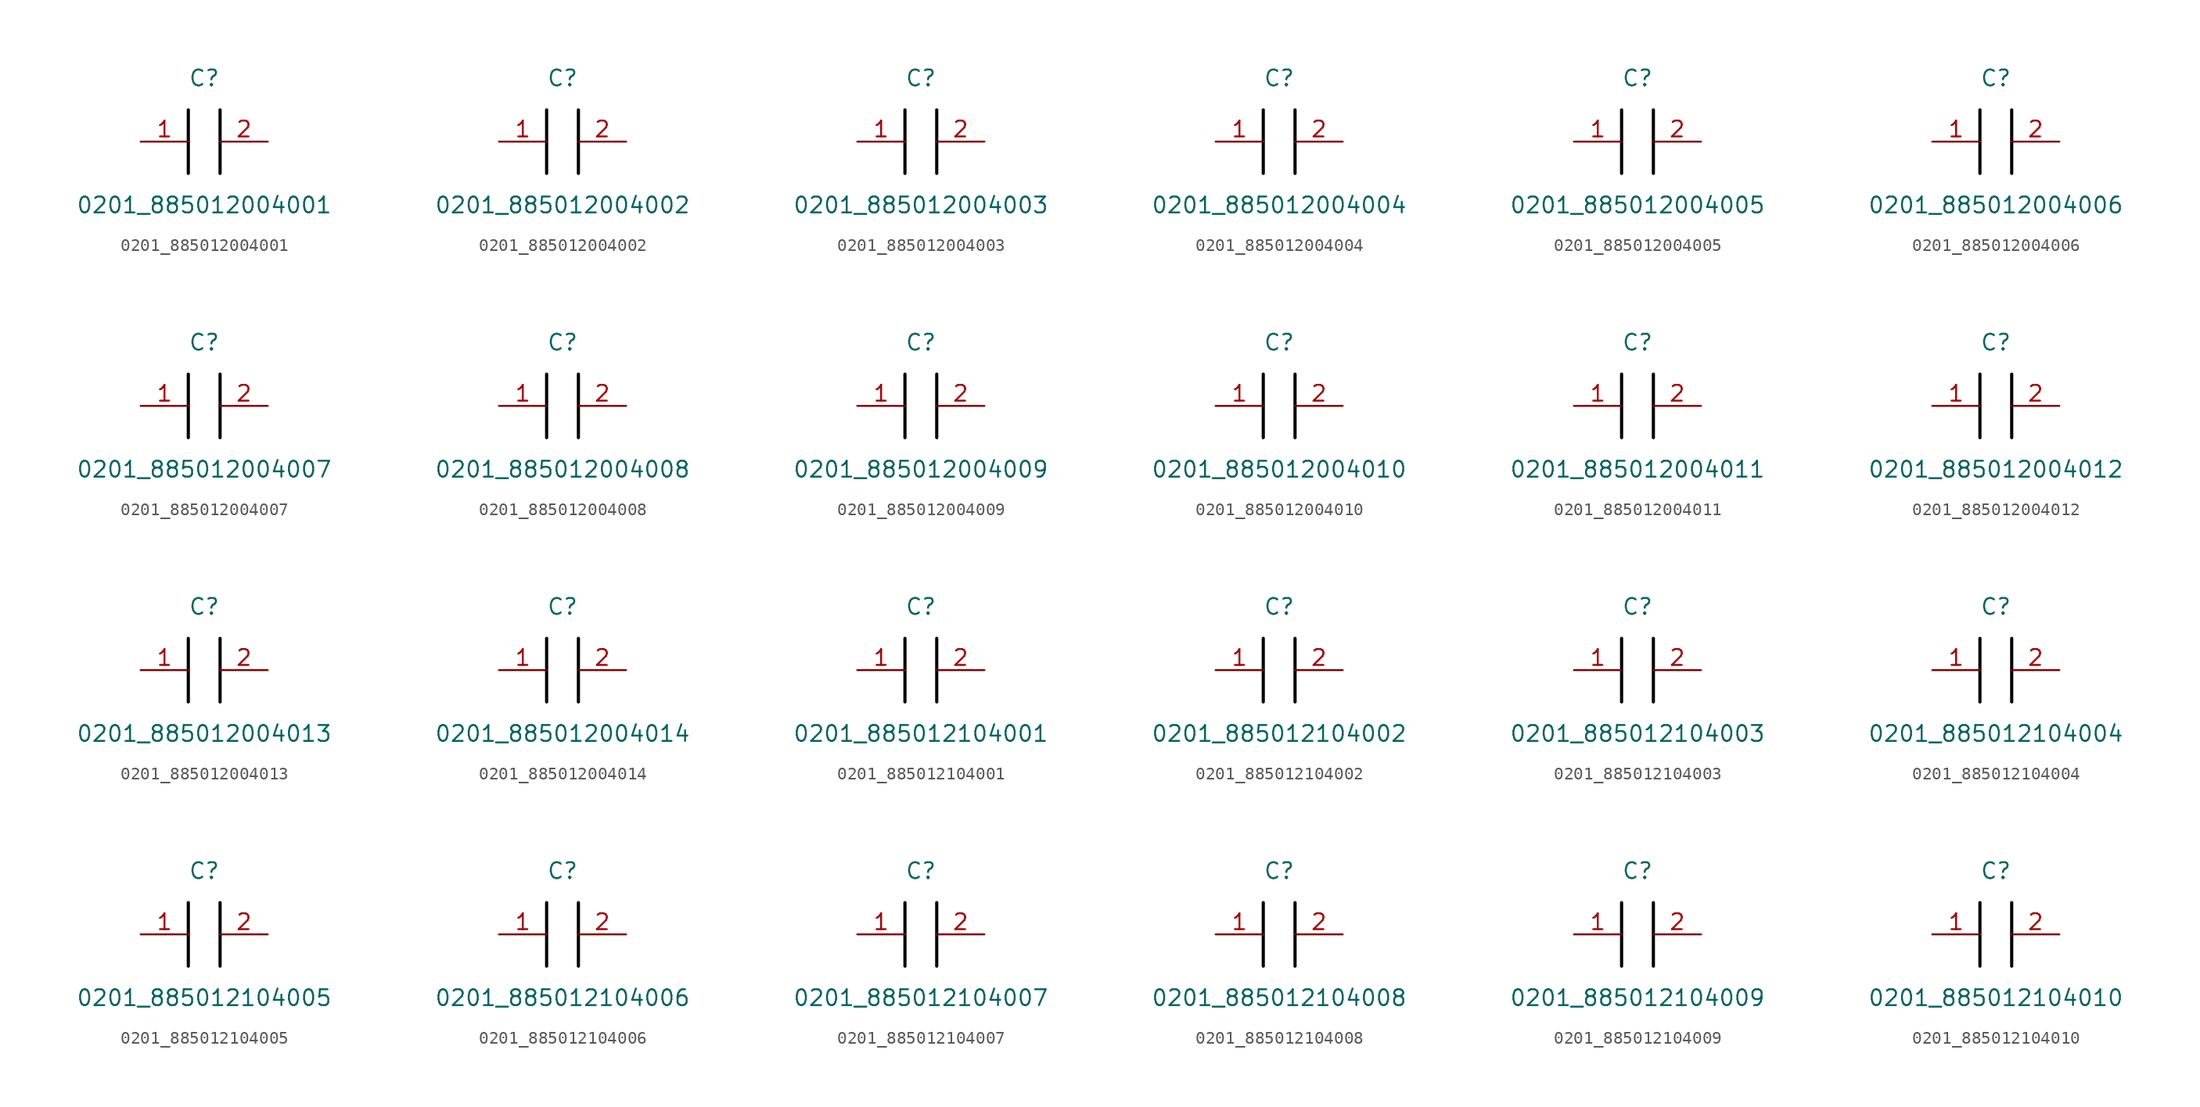
<source format=kicad_sym>
(kicad_symbol_lib
  (version 20220914)
  (generator kicad_symbol_editor)
  (symbol "0201_885012004001"
    (pin_names hide)
    (property "Reference" "C"
      (at 0 5.08 0)
      (effects (font (size 1.27 1.27))))
    (property "Value" "0201_885012004001"
      (at 0 -5.08 0)
      (effects (font (size 1.27 1.27))))
    (symbol "0201_885012004001_1_1"
      (polyline (pts (xy -1.27 2.54) (xy -1.27 -2.54)) (stroke (width 0.254) (type default) (color 0 0 0 1)) (fill (type none)))
      (polyline (pts (xy 1.27 2.54) (xy 1.27 -2.54)) (stroke (width 0.254) (type default) (color 0 0 0 1)) (fill (type none)))
      (pin passive line (at -5.08 0 0) (length 3.81) (name "1" (effects (font (size 1.27 1.27)))) (number "1" (effects (font (size 1.27 1.27)))))
      (pin passive line (at 5.08 0 180) (length 3.81) (name "2" (effects (font (size 1.27 1.27)))) (number "2" (effects (font (size 1.27 1.27)))))))
  (symbol "0201_885012004002"
    (pin_names hide)
    (property "Reference" "C"
      (at 0 5.08 0)
      (effects (font (size 1.27 1.27))))
    (property "Value" "0201_885012004002"
      (at 0 -5.08 0)
      (effects (font (size 1.27 1.27))))
    (symbol "0201_885012004002_1_1"
      (polyline (pts (xy -1.27 2.54) (xy -1.27 -2.54)) (stroke (width 0.254) (type default) (color 0 0 0 1)) (fill (type none)))
      (polyline (pts (xy 1.27 2.54) (xy 1.27 -2.54)) (stroke (width 0.254) (type default) (color 0 0 0 1)) (fill (type none)))
      (pin passive line (at -5.08 0 0) (length 3.81) (name "1" (effects (font (size 1.27 1.27)))) (number "1" (effects (font (size 1.27 1.27)))))
      (pin passive line (at 5.08 0 180) (length 3.81) (name "2" (effects (font (size 1.27 1.27)))) (number "2" (effects (font (size 1.27 1.27)))))))
  (symbol "0201_885012004003"
    (pin_names hide)
    (property "Reference" "C"
      (at 0 5.08 0)
      (effects (font (size 1.27 1.27))))
    (property "Value" "0201_885012004003"
      (at 0 -5.08 0)
      (effects (font (size 1.27 1.27))))
    (symbol "0201_885012004003_1_1"
      (polyline (pts (xy -1.27 2.54) (xy -1.27 -2.54)) (stroke (width 0.254) (type default) (color 0 0 0 1)) (fill (type none)))
      (polyline (pts (xy 1.27 2.54) (xy 1.27 -2.54)) (stroke (width 0.254) (type default) (color 0 0 0 1)) (fill (type none)))
      (pin passive line (at -5.08 0 0) (length 3.81) (name "1" (effects (font (size 1.27 1.27)))) (number "1" (effects (font (size 1.27 1.27)))))
      (pin passive line (at 5.08 0 180) (length 3.81) (name "2" (effects (font (size 1.27 1.27)))) (number "2" (effects (font (size 1.27 1.27)))))))
  (symbol "0201_885012004004"
    (pin_names hide)
    (property "Reference" "C"
      (at 0 5.08 0)
      (effects (font (size 1.27 1.27))))
    (property "Value" "0201_885012004004"
      (at 0 -5.08 0)
      (effects (font (size 1.27 1.27))))
    (symbol "0201_885012004004_1_1"
      (polyline (pts (xy -1.27 2.54) (xy -1.27 -2.54)) (stroke (width 0.254) (type default) (color 0 0 0 1)) (fill (type none)))
      (polyline (pts (xy 1.27 2.54) (xy 1.27 -2.54)) (stroke (width 0.254) (type default) (color 0 0 0 1)) (fill (type none)))
      (pin passive line (at -5.08 0 0) (length 3.81) (name "1" (effects (font (size 1.27 1.27)))) (number "1" (effects (font (size 1.27 1.27)))))
      (pin passive line (at 5.08 0 180) (length 3.81) (name "2" (effects (font (size 1.27 1.27)))) (number "2" (effects (font (size 1.27 1.27)))))))
  (symbol "0201_885012004005"
    (pin_names hide)
    (property "Reference" "C"
      (at 0 5.08 0)
      (effects (font (size 1.27 1.27))))
    (property "Value" "0201_885012004005"
      (at 0 -5.08 0)
      (effects (font (size 1.27 1.27))))
    (symbol "0201_885012004005_1_1"
      (polyline (pts (xy -1.27 2.54) (xy -1.27 -2.54)) (stroke (width 0.254) (type default) (color 0 0 0 1)) (fill (type none)))
      (polyline (pts (xy 1.27 2.54) (xy 1.27 -2.54)) (stroke (width 0.254) (type default) (color 0 0 0 1)) (fill (type none)))
      (pin passive line (at -5.08 0 0) (length 3.81) (name "1" (effects (font (size 1.27 1.27)))) (number "1" (effects (font (size 1.27 1.27)))))
      (pin passive line (at 5.08 0 180) (length 3.81) (name "2" (effects (font (size 1.27 1.27)))) (number "2" (effects (font (size 1.27 1.27)))))))
  (symbol "0201_885012004006"
    (pin_names hide)
    (property "Reference" "C"
      (at 0 5.08 0)
      (effects (font (size 1.27 1.27))))
    (property "Value" "0201_885012004006"
      (at 0 -5.08 0)
      (effects (font (size 1.27 1.27))))
    (symbol "0201_885012004006_1_1"
      (polyline (pts (xy -1.27 2.54) (xy -1.27 -2.54)) (stroke (width 0.254) (type default) (color 0 0 0 1)) (fill (type none)))
      (polyline (pts (xy 1.27 2.54) (xy 1.27 -2.54)) (stroke (width 0.254) (type default) (color 0 0 0 1)) (fill (type none)))
      (pin passive line (at -5.08 0 0) (length 3.81) (name "1" (effects (font (size 1.27 1.27)))) (number "1" (effects (font (size 1.27 1.27)))))
      (pin passive line (at 5.08 0 180) (length 3.81) (name "2" (effects (font (size 1.27 1.27)))) (number "2" (effects (font (size 1.27 1.27)))))))
  (symbol "0201_885012004007"
    (pin_names hide)
    (property "Reference" "C"
      (at 0 5.08 0)
      (effects (font (size 1.27 1.27))))
    (property "Value" "0201_885012004007"
      (at 0 -5.08 0)
      (effects (font (size 1.27 1.27))))
    (symbol "0201_885012004007_1_1"
      (polyline (pts (xy -1.27 2.54) (xy -1.27 -2.54)) (stroke (width 0.254) (type default) (color 0 0 0 1)) (fill (type none)))
      (polyline (pts (xy 1.27 2.54) (xy 1.27 -2.54)) (stroke (width 0.254) (type default) (color 0 0 0 1)) (fill (type none)))
      (pin passive line (at -5.08 0 0) (length 3.81) (name "1" (effects (font (size 1.27 1.27)))) (number "1" (effects (font (size 1.27 1.27)))))
      (pin passive line (at 5.08 0 180) (length 3.81) (name "2" (effects (font (size 1.27 1.27)))) (number "2" (effects (font (size 1.27 1.27)))))))
  (symbol "0201_885012004008"
    (pin_names hide)
    (property "Reference" "C"
      (at 0 5.08 0)
      (effects (font (size 1.27 1.27))))
    (property "Value" "0201_885012004008"
      (at 0 -5.08 0)
      (effects (font (size 1.27 1.27))))
    (symbol "0201_885012004008_1_1"
      (polyline (pts (xy -1.27 2.54) (xy -1.27 -2.54)) (stroke (width 0.254) (type default) (color 0 0 0 1)) (fill (type none)))
      (polyline (pts (xy 1.27 2.54) (xy 1.27 -2.54)) (stroke (width 0.254) (type default) (color 0 0 0 1)) (fill (type none)))
      (pin passive line (at -5.08 0 0) (length 3.81) (name "1" (effects (font (size 1.27 1.27)))) (number "1" (effects (font (size 1.27 1.27)))))
      (pin passive line (at 5.08 0 180) (length 3.81) (name "2" (effects (font (size 1.27 1.27)))) (number "2" (effects (font (size 1.27 1.27)))))))
  (symbol "0201_885012004009"
    (pin_names hide)
    (property "Reference" "C"
      (at 0 5.08 0)
      (effects (font (size 1.27 1.27))))
    (property "Value" "0201_885012004009"
      (at 0 -5.08 0)
      (effects (font (size 1.27 1.27))))
    (symbol "0201_885012004009_1_1"
      (polyline (pts (xy -1.27 2.54) (xy -1.27 -2.54)) (stroke (width 0.254) (type default) (color 0 0 0 1)) (fill (type none)))
      (polyline (pts (xy 1.27 2.54) (xy 1.27 -2.54)) (stroke (width 0.254) (type default) (color 0 0 0 1)) (fill (type none)))
      (pin passive line (at -5.08 0 0) (length 3.81) (name "1" (effects (font (size 1.27 1.27)))) (number "1" (effects (font (size 1.27 1.27)))))
      (pin passive line (at 5.08 0 180) (length 3.81) (name "2" (effects (font (size 1.27 1.27)))) (number "2" (effects (font (size 1.27 1.27)))))))
  (symbol "0201_885012004010"
    (pin_names hide)
    (property "Reference" "C"
      (at 0 5.08 0)
      (effects (font (size 1.27 1.27))))
    (property "Value" "0201_885012004010"
      (at 0 -5.08 0)
      (effects (font (size 1.27 1.27))))
    (symbol "0201_885012004010_1_1"
      (polyline (pts (xy -1.27 2.54) (xy -1.27 -2.54)) (stroke (width 0.254) (type default) (color 0 0 0 1)) (fill (type none)))
      (polyline (pts (xy 1.27 2.54) (xy 1.27 -2.54)) (stroke (width 0.254) (type default) (color 0 0 0 1)) (fill (type none)))
      (pin passive line (at -5.08 0 0) (length 3.81) (name "1" (effects (font (size 1.27 1.27)))) (number "1" (effects (font (size 1.27 1.27)))))
      (pin passive line (at 5.08 0 180) (length 3.81) (name "2" (effects (font (size 1.27 1.27)))) (number "2" (effects (font (size 1.27 1.27)))))))
  (symbol "0201_885012004011"
    (pin_names hide)
    (property "Reference" "C"
      (at 0 5.08 0)
      (effects (font (size 1.27 1.27))))
    (property "Value" "0201_885012004011"
      (at 0 -5.08 0)
      (effects (font (size 1.27 1.27))))
    (symbol "0201_885012004011_1_1"
      (polyline (pts (xy -1.27 2.54) (xy -1.27 -2.54)) (stroke (width 0.254) (type default) (color 0 0 0 1)) (fill (type none)))
      (polyline (pts (xy 1.27 2.54) (xy 1.27 -2.54)) (stroke (width 0.254) (type default) (color 0 0 0 1)) (fill (type none)))
      (pin passive line (at -5.08 0 0) (length 3.81) (name "1" (effects (font (size 1.27 1.27)))) (number "1" (effects (font (size 1.27 1.27)))))
      (pin passive line (at 5.08 0 180) (length 3.81) (name "2" (effects (font (size 1.27 1.27)))) (number "2" (effects (font (size 1.27 1.27)))))))
  (symbol "0201_885012004012"
    (pin_names hide)
    (property "Reference" "C"
      (at 0 5.08 0)
      (effects (font (size 1.27 1.27))))
    (property "Value" "0201_885012004012"
      (at 0 -5.08 0)
      (effects (font (size 1.27 1.27))))
    (symbol "0201_885012004012_1_1"
      (polyline (pts (xy -1.27 2.54) (xy -1.27 -2.54)) (stroke (width 0.254) (type default) (color 0 0 0 1)) (fill (type none)))
      (polyline (pts (xy 1.27 2.54) (xy 1.27 -2.54)) (stroke (width 0.254) (type default) (color 0 0 0 1)) (fill (type none)))
      (pin passive line (at -5.08 0 0) (length 3.81) (name "1" (effects (font (size 1.27 1.27)))) (number "1" (effects (font (size 1.27 1.27)))))
      (pin passive line (at 5.08 0 180) (length 3.81) (name "2" (effects (font (size 1.27 1.27)))) (number "2" (effects (font (size 1.27 1.27)))))))
  (symbol "0201_885012004013"
    (pin_names hide)
    (property "Reference" "C"
      (at 0 5.08 0)
      (effects (font (size 1.27 1.27))))
    (property "Value" "0201_885012004013"
      (at 0 -5.08 0)
      (effects (font (size 1.27 1.27))))
    (symbol "0201_885012004013_1_1"
      (polyline (pts (xy -1.27 2.54) (xy -1.27 -2.54)) (stroke (width 0.254) (type default) (color 0 0 0 1)) (fill (type none)))
      (polyline (pts (xy 1.27 2.54) (xy 1.27 -2.54)) (stroke (width 0.254) (type default) (color 0 0 0 1)) (fill (type none)))
      (pin passive line (at -5.08 0 0) (length 3.81) (name "1" (effects (font (size 1.27 1.27)))) (number "1" (effects (font (size 1.27 1.27)))))
      (pin passive line (at 5.08 0 180) (length 3.81) (name "2" (effects (font (size 1.27 1.27)))) (number "2" (effects (font (size 1.27 1.27)))))))
  (symbol "0201_885012004014"
    (pin_names hide)
    (property "Reference" "C"
      (at 0 5.08 0)
      (effects (font (size 1.27 1.27))))
    (property "Value" "0201_885012004014"
      (at 0 -5.08 0)
      (effects (font (size 1.27 1.27))))
    (symbol "0201_885012004014_1_1"
      (polyline (pts (xy -1.27 2.54) (xy -1.27 -2.54)) (stroke (width 0.254) (type default) (color 0 0 0 1)) (fill (type none)))
      (polyline (pts (xy 1.27 2.54) (xy 1.27 -2.54)) (stroke (width 0.254) (type default) (color 0 0 0 1)) (fill (type none)))
      (pin passive line (at -5.08 0 0) (length 3.81) (name "1" (effects (font (size 1.27 1.27)))) (number "1" (effects (font (size 1.27 1.27)))))
      (pin passive line (at 5.08 0 180) (length 3.81) (name "2" (effects (font (size 1.27 1.27)))) (number "2" (effects (font (size 1.27 1.27)))))))
  (symbol "0201_885012104001"
    (pin_names hide)
    (property "Reference" "C"
      (at 0 5.08 0)
      (effects (font (size 1.27 1.27))))
    (property "Value" "0201_885012104001"
      (at 0 -5.08 0)
      (effects (font (size 1.27 1.27))))
    (symbol "0201_885012104001_1_1"
      (polyline (pts (xy -1.27 2.54) (xy -1.27 -2.54)) (stroke (width 0.254) (type default) (color 0 0 0 1)) (fill (type none)))
      (polyline (pts (xy 1.27 2.54) (xy 1.27 -2.54)) (stroke (width 0.254) (type default) (color 0 0 0 1)) (fill (type none)))
      (pin passive line (at -5.08 0 0) (length 3.81) (name "1" (effects (font (size 1.27 1.27)))) (number "1" (effects (font (size 1.27 1.27)))))
      (pin passive line (at 5.08 0 180) (length 3.81) (name "2" (effects (font (size 1.27 1.27)))) (number "2" (effects (font (size 1.27 1.27)))))))
  (symbol "0201_885012104002"
    (pin_names hide)
    (property "Reference" "C"
      (at 0 5.08 0)
      (effects (font (size 1.27 1.27))))
    (property "Value" "0201_885012104002"
      (at 0 -5.08 0)
      (effects (font (size 1.27 1.27))))
    (symbol "0201_885012104002_1_1"
      (polyline (pts (xy -1.27 2.54) (xy -1.27 -2.54)) (stroke (width 0.254) (type default) (color 0 0 0 1)) (fill (type none)))
      (polyline (pts (xy 1.27 2.54) (xy 1.27 -2.54)) (stroke (width 0.254) (type default) (color 0 0 0 1)) (fill (type none)))
      (pin passive line (at -5.08 0 0) (length 3.81) (name "1" (effects (font (size 1.27 1.27)))) (number "1" (effects (font (size 1.27 1.27)))))
      (pin passive line (at 5.08 0 180) (length 3.81) (name "2" (effects (font (size 1.27 1.27)))) (number "2" (effects (font (size 1.27 1.27)))))))
  (symbol "0201_885012104003"
    (pin_names hide)
    (property "Reference" "C"
      (at 0 5.08 0)
      (effects (font (size 1.27 1.27))))
    (property "Value" "0201_885012104003"
      (at 0 -5.08 0)
      (effects (font (size 1.27 1.27))))
    (symbol "0201_885012104003_1_1"
      (polyline (pts (xy -1.27 2.54) (xy -1.27 -2.54)) (stroke (width 0.254) (type default) (color 0 0 0 1)) (fill (type none)))
      (polyline (pts (xy 1.27 2.54) (xy 1.27 -2.54)) (stroke (width 0.254) (type default) (color 0 0 0 1)) (fill (type none)))
      (pin passive line (at -5.08 0 0) (length 3.81) (name "1" (effects (font (size 1.27 1.27)))) (number "1" (effects (font (size 1.27 1.27)))))
      (pin passive line (at 5.08 0 180) (length 3.81) (name "2" (effects (font (size 1.27 1.27)))) (number "2" (effects (font (size 1.27 1.27)))))))
  (symbol "0201_885012104004"
    (pin_names hide)
    (property "Reference" "C"
      (at 0 5.08 0)
      (effects (font (size 1.27 1.27))))
    (property "Value" "0201_885012104004"
      (at 0 -5.08 0)
      (effects (font (size 1.27 1.27))))
    (symbol "0201_885012104004_1_1"
      (polyline (pts (xy -1.27 2.54) (xy -1.27 -2.54)) (stroke (width 0.254) (type default) (color 0 0 0 1)) (fill (type none)))
      (polyline (pts (xy 1.27 2.54) (xy 1.27 -2.54)) (stroke (width 0.254) (type default) (color 0 0 0 1)) (fill (type none)))
      (pin passive line (at -5.08 0 0) (length 3.81) (name "1" (effects (font (size 1.27 1.27)))) (number "1" (effects (font (size 1.27 1.27)))))
      (pin passive line (at 5.08 0 180) (length 3.81) (name "2" (effects (font (size 1.27 1.27)))) (number "2" (effects (font (size 1.27 1.27)))))))
  (symbol "0201_885012104005"
    (pin_names hide)
    (property "Reference" "C"
      (at 0 5.08 0)
      (effects (font (size 1.27 1.27))))
    (property "Value" "0201_885012104005"
      (at 0 -5.08 0)
      (effects (font (size 1.27 1.27))))
    (symbol "0201_885012104005_1_1"
      (polyline (pts (xy -1.27 2.54) (xy -1.27 -2.54)) (stroke (width 0.254) (type default) (color 0 0 0 1)) (fill (type none)))
      (polyline (pts (xy 1.27 2.54) (xy 1.27 -2.54)) (stroke (width 0.254) (type default) (color 0 0 0 1)) (fill (type none)))
      (pin passive line (at -5.08 0 0) (length 3.81) (name "1" (effects (font (size 1.27 1.27)))) (number "1" (effects (font (size 1.27 1.27)))))
      (pin passive line (at 5.08 0 180) (length 3.81) (name "2" (effects (font (size 1.27 1.27)))) (number "2" (effects (font (size 1.27 1.27)))))))
  (symbol "0201_885012104006"
    (pin_names hide)
    (property "Reference" "C"
      (at 0 5.08 0)
      (effects (font (size 1.27 1.27))))
    (property "Value" "0201_885012104006"
      (at 0 -5.08 0)
      (effects (font (size 1.27 1.27))))
    (symbol "0201_885012104006_1_1"
      (polyline (pts (xy -1.27 2.54) (xy -1.27 -2.54)) (stroke (width 0.254) (type default) (color 0 0 0 1)) (fill (type none)))
      (polyline (pts (xy 1.27 2.54) (xy 1.27 -2.54)) (stroke (width 0.254) (type default) (color 0 0 0 1)) (fill (type none)))
      (pin passive line (at -5.08 0 0) (length 3.81) (name "1" (effects (font (size 1.27 1.27)))) (number "1" (effects (font (size 1.27 1.27)))))
      (pin passive line (at 5.08 0 180) (length 3.81) (name "2" (effects (font (size 1.27 1.27)))) (number "2" (effects (font (size 1.27 1.27)))))))
  (symbol "0201_885012104007"
    (pin_names hide)
    (property "Reference" "C"
      (at 0 5.08 0)
      (effects (font (size 1.27 1.27))))
    (property "Value" "0201_885012104007"
      (at 0 -5.08 0)
      (effects (font (size 1.27 1.27))))
    (symbol "0201_885012104007_1_1"
      (polyline (pts (xy -1.27 2.54) (xy -1.27 -2.54)) (stroke (width 0.254) (type default) (color 0 0 0 1)) (fill (type none)))
      (polyline (pts (xy 1.27 2.54) (xy 1.27 -2.54)) (stroke (width 0.254) (type default) (color 0 0 0 1)) (fill (type none)))
      (pin passive line (at -5.08 0 0) (length 3.81) (name "1" (effects (font (size 1.27 1.27)))) (number "1" (effects (font (size 1.27 1.27)))))
      (pin passive line (at 5.08 0 180) (length 3.81) (name "2" (effects (font (size 1.27 1.27)))) (number "2" (effects (font (size 1.27 1.27)))))))
  (symbol "0201_885012104008"
    (pin_names hide)
    (property "Reference" "C"
      (at 0 5.08 0)
      (effects (font (size 1.27 1.27))))
    (property "Value" "0201_885012104008"
      (at 0 -5.08 0)
      (effects (font (size 1.27 1.27))))
    (symbol "0201_885012104008_1_1"
      (polyline (pts (xy -1.27 2.54) (xy -1.27 -2.54)) (stroke (width 0.254) (type default) (color 0 0 0 1)) (fill (type none)))
      (polyline (pts (xy 1.27 2.54) (xy 1.27 -2.54)) (stroke (width 0.254) (type default) (color 0 0 0 1)) (fill (type none)))
      (pin passive line (at -5.08 0 0) (length 3.81) (name "1" (effects (font (size 1.27 1.27)))) (number "1" (effects (font (size 1.27 1.27)))))
      (pin passive line (at 5.08 0 180) (length 3.81) (name "2" (effects (font (size 1.27 1.27)))) (number "2" (effects (font (size 1.27 1.27)))))))
  (symbol "0201_885012104009"
    (pin_names hide)
    (property "Reference" "C"
      (at 0 5.08 0)
      (effects (font (size 1.27 1.27))))
    (property "Value" "0201_885012104009"
      (at 0 -5.08 0)
      (effects (font (size 1.27 1.27))))
    (symbol "0201_885012104009_1_1"
      (polyline (pts (xy -1.27 2.54) (xy -1.27 -2.54)) (stroke (width 0.254) (type default) (color 0 0 0 1)) (fill (type none)))
      (polyline (pts (xy 1.27 2.54) (xy 1.27 -2.54)) (stroke (width 0.254) (type default) (color 0 0 0 1)) (fill (type none)))
      (pin passive line (at -5.08 0 0) (length 3.81) (name "1" (effects (font (size 1.27 1.27)))) (number "1" (effects (font (size 1.27 1.27)))))
      (pin passive line (at 5.08 0 180) (length 3.81) (name "2" (effects (font (size 1.27 1.27)))) (number "2" (effects (font (size 1.27 1.27)))))))
  (symbol "0201_885012104010"
    (pin_names hide)
    (property "Reference" "C"
      (at 0 5.08 0)
      (effects (font (size 1.27 1.27))))
    (property "Value" "0201_885012104010"
      (at 0 -5.08 0)
      (effects (font (size 1.27 1.27))))
    (symbol "0201_885012104010_1_1"
      (polyline (pts (xy -1.27 2.54) (xy -1.27 -2.54)) (stroke (width 0.254) (type default) (color 0 0 0 1)) (fill (type none)))
      (polyline (pts (xy 1.27 2.54) (xy 1.27 -2.54)) (stroke (width 0.254) (type default) (color 0 0 0 1)) (fill (type none)))
      (pin passive line (at -5.08 0 0) (length 3.81) (name "1" (effects (font (size 1.27 1.27)))) (number "1" (effects (font (size 1.27 1.27)))))
      (pin passive line (at 5.08 0 180) (length 3.81) (name "2" (effects (font (size 1.27 1.27)))) (number "2" (effects (font (size 1.27 1.27))))))))
</source>
